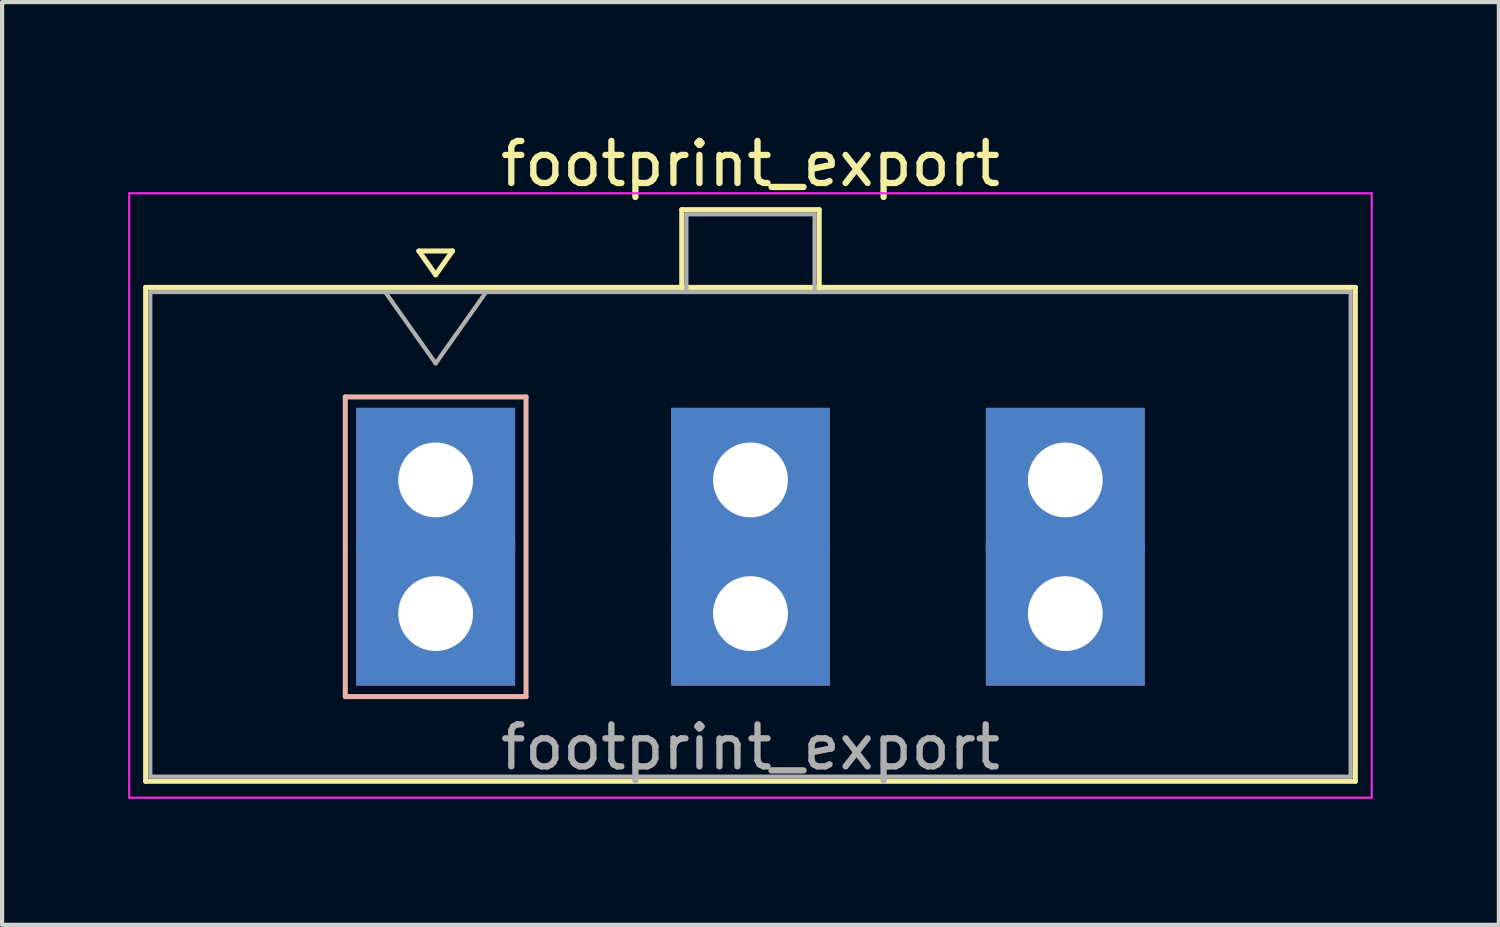
<source format=kicad_pcb>
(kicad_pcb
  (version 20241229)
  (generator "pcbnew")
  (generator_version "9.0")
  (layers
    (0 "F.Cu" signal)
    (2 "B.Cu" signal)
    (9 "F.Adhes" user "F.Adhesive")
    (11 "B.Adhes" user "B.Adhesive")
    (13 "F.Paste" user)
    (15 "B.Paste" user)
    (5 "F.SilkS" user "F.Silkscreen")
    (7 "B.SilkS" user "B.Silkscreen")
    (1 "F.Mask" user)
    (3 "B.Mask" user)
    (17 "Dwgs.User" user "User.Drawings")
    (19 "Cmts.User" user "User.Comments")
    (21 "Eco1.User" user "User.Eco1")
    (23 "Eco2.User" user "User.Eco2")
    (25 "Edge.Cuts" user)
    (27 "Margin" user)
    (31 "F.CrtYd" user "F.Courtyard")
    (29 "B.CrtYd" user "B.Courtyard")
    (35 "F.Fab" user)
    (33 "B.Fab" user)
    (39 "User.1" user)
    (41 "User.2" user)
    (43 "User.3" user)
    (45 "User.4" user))
  (footprint "footprint_export"
    (layer "F.Cu")
    (at 7.315 11.548)
    (property "Reference" "footprint_export" (at 7.49 -10.7 0) (layer "F.SilkS") (effects (font (size 1 1) (thickness 0.15))))
    (attr through_hole)
    (fp_line (start -6.9 -7.76) (end -6.9 3.99) (stroke (width 0.12) (type solid)) (layer "F.SilkS"))
    (fp_line (start -6.9 3.99) (end 21.88 3.99) (stroke (width 0.12) (type solid)) (layer "F.SilkS"))
    (fp_line (start -0.4 -8.626) (end 0 -8.06) (stroke (width 0.12) (type solid)) (layer "F.SilkS"))
    (fp_line (start 0 -8.06) (end 0.4 -8.626) (stroke (width 0.12) (type solid)) (layer "F.SilkS"))
    (fp_line (start 0.4 -8.626) (end -0.4 -8.626) (stroke (width 0.12) (type solid)) (layer "F.SilkS"))
    (fp_line (start 5.855 -9.61) (end 9.125 -9.61) (stroke (width 0.12) (type solid)) (layer "F.SilkS"))
    (fp_line (start 5.855 -7.76) (end 5.855 -9.61) (stroke (width 0.12) (type solid)) (layer "F.SilkS"))
    (fp_line (start 9.125 -9.61) (end 9.125 -7.76) (stroke (width 0.12) (type solid)) (layer "F.SilkS"))
    (fp_line (start 21.88 -7.76) (end -6.9 -7.76) (stroke (width 0.12) (type solid)) (layer "F.SilkS"))
    (fp_line (start 21.88 3.99) (end 21.88 -7.76) (stroke (width 0.12) (type solid)) (layer "F.SilkS"))
    (fp_line (start -2.15 -5.155) (end -2.15 1.975) (stroke (width 0.12) (type solid)) (layer "B.SilkS"))
    (fp_line (start -2.15 1.975) (end 2.15 1.975) (stroke (width 0.12) (type solid)) (layer "B.SilkS"))
    (fp_line (start 2.15 -5.155) (end -2.15 -5.155) (stroke (width 0.12) (type solid)) (layer "B.SilkS"))
    (fp_line (start 2.15 1.975) (end 2.15 -5.155) (stroke (width 0.12) (type solid)) (layer "B.SilkS"))
    (fp_line (start -7.29 -10) (end -7.29 4.38) (stroke (width 0.05) (type solid)) (layer "F.CrtYd"))
    (fp_line (start -7.29 4.38) (end 22.27 4.38) (stroke (width 0.05) (type solid)) (layer "F.CrtYd"))
    (fp_line (start 22.27 -10) (end -7.29 -10) (stroke (width 0.05) (type solid)) (layer "F.CrtYd"))
    (fp_line (start 22.27 4.38) (end 22.27 -10) (stroke (width 0.05) (type solid)) (layer "F.CrtYd"))
    (fp_line (start -6.79 -7.65) (end -6.79 3.88) (stroke (width 0.1) (type solid)) (layer "F.Fab"))
    (fp_line (start -6.79 3.88) (end 21.77 3.88) (stroke (width 0.1) (type solid)) (layer "F.Fab"))
    (fp_line (start -1.2 -7.65) (end 0 -5.953) (stroke (width 0.1) (type solid)) (layer "F.Fab"))
    (fp_line (start 0 -5.953) (end 1.2 -7.65) (stroke (width 0.1) (type solid)) (layer "F.Fab"))
    (fp_line (start 5.965 -9.5) (end 9.015 -9.5) (stroke (width 0.1) (type solid)) (layer "F.Fab"))
    (fp_line (start 5.965 -7.65) (end 5.965 -9.5) (stroke (width 0.1) (type solid)) (layer "F.Fab"))
    (fp_line (start 9.015 -9.5) (end 9.015 -7.65) (stroke (width 0.1) (type solid)) (layer "F.Fab"))
    (fp_line (start 21.77 -7.65) (end -6.79 -7.65) (stroke (width 0.1) (type solid)) (layer "F.Fab"))
    (fp_line (start 21.77 3.88) (end 21.77 -7.65) (stroke (width 0.1) (type solid)) (layer "F.Fab"))
    (fp_text user "${REFERENCE}" (at 7.49 3.18 0) (layer "F.Fab") (effects (font (size 1 1) (thickness 0.15))))
    (pad "1" thru_hole rect (at 0 -3.18) (size 3.78 3.43) (drill 1.78) (layers "*.Cu" "*.Mask"))
    (pad "1" thru_hole rect (at 0 0) (size 3.78 3.43) (drill 1.78) (layers "*.Cu" "*.Mask"))
    (pad "2" thru_hole rect (at 7.49 -3.18) (size 3.78 3.43) (drill 1.78) (layers "*.Cu" "*.Mask"))
    (pad "2" thru_hole rect (at 7.49 0) (size 3.78 3.43) (drill 1.78) (layers "*.Cu" "*.Mask"))
    (pad "3" thru_hole rect (at 14.98 -3.18) (size 3.78 3.43) (drill 1.78) (layers "*.Cu" "*.Mask"))
    (pad "3" thru_hole rect (at 14.98 0) (size 3.78 3.43) (drill 1.78) (layers "*.Cu" "*.Mask")))
  (gr_rect
    (start -3 -3)
    (end 32.61 18.953)
    (stroke (width 0.1) (type default))
    (fill no)
    (layer "Edge.Cuts")))
</source>
